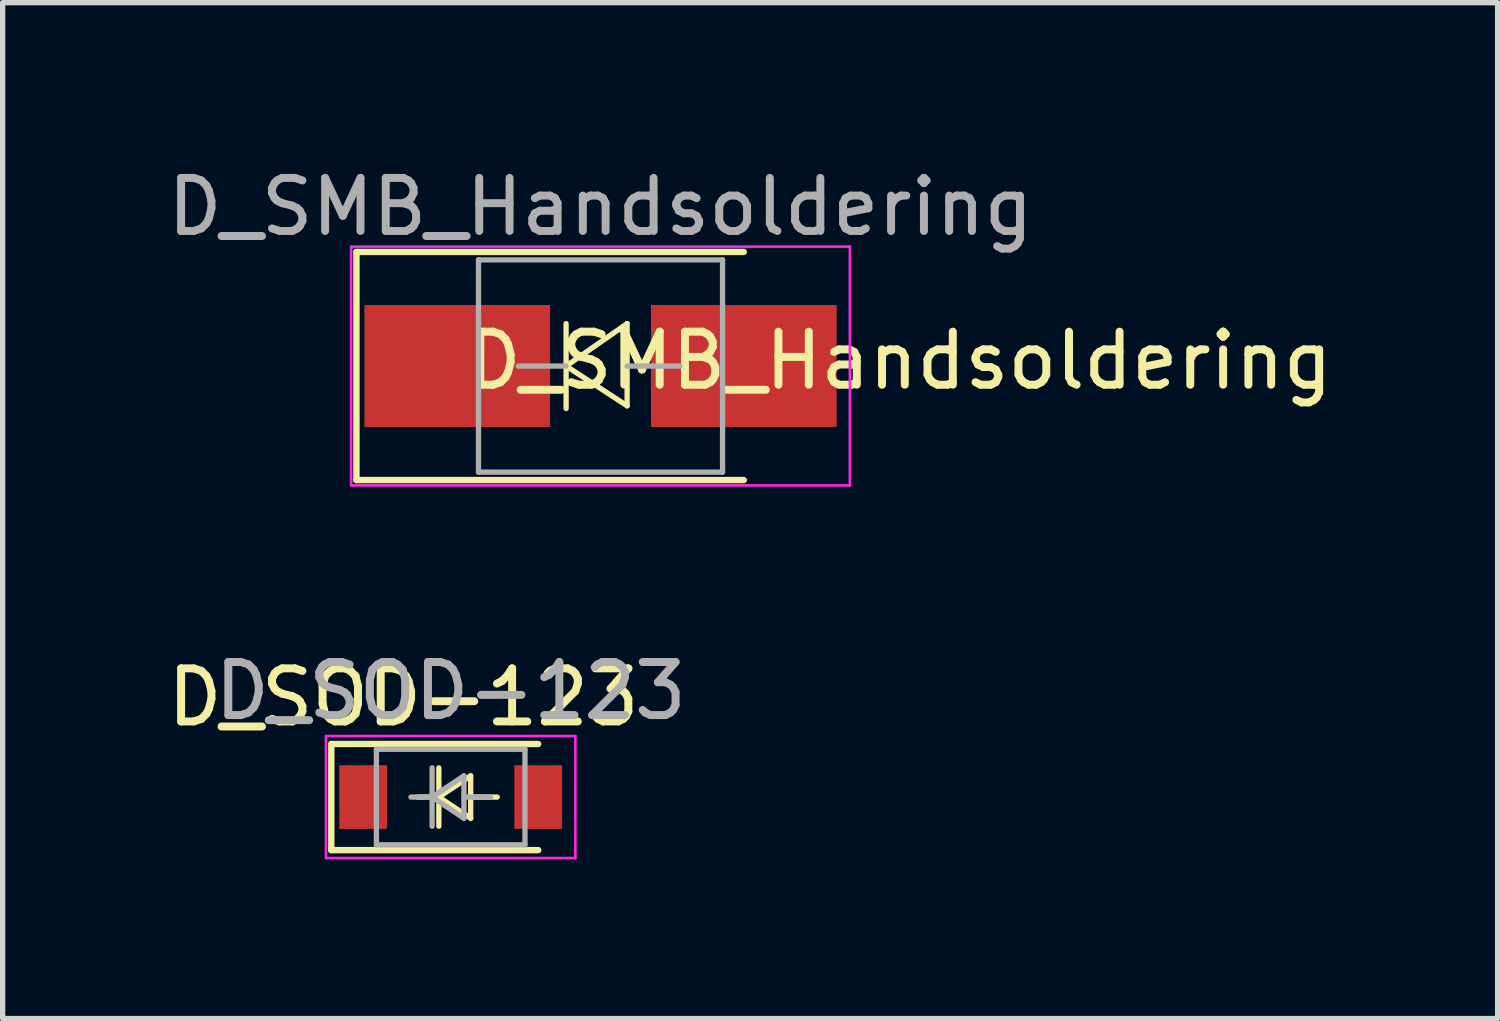
<source format=kicad_pcb>
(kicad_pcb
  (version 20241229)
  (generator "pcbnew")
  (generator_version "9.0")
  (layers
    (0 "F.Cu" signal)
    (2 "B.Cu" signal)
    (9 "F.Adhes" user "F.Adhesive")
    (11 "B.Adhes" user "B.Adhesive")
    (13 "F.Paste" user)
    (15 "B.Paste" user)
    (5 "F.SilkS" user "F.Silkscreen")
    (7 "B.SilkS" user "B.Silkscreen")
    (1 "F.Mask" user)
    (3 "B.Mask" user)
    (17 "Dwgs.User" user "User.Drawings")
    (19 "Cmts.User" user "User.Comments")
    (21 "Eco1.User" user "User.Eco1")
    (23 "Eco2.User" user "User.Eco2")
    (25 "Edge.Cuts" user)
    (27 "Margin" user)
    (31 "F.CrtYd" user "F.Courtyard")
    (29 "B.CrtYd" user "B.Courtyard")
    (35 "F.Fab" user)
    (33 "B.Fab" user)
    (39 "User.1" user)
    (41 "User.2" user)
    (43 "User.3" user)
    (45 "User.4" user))
  (footprint "D_SMB_Handsoldering"
    (layer "F.Cu")
    (at 8.268 3.848)
    (property "Reference" "D_SMB_Handsoldering" (at 5.639 -0.102 0) (layer "F.SilkS") (effects (font (size 1 1) (thickness 0.15))))
    (attr smd)
    (fp_line (start -4.6 -2.15) (end -4.6 2.15) (stroke (width 0.12) (type solid)) (layer "F.SilkS"))
    (fp_line (start -4.6 -2.15) (end 2.7 -2.15) (stroke (width 0.12) (type solid)) (layer "F.SilkS"))
    (fp_line (start -4.6 2.15) (end 2.7 2.15) (stroke (width 0.12) (type solid)) (layer "F.SilkS"))
    (fp_line (start -0.649 -0.799) (end -0.649 0.801) (stroke (width 0.1) (type solid)) (layer "F.SilkS"))
    (fp_line (start -0.649 0.001) (end 0.501 -0.799) (stroke (width 0.1) (type solid)) (layer "F.SilkS"))
    (fp_line (start -0.649 0.001) (end 0.501 0.75) (stroke (width 0.1) (type solid)) (layer "F.SilkS"))
    (fp_line (start 0.501 0.75) (end 0.501 -0.799) (stroke (width 0.1) (type solid)) (layer "F.SilkS"))
    (fp_line (start -4.7 -2.25) (end 4.7 -2.25) (stroke (width 0.05) (type solid)) (layer "F.CrtYd"))
    (fp_line (start -4.7 2.25) (end -4.7 -2.25) (stroke (width 0.05) (type solid)) (layer "F.CrtYd"))
    (fp_line (start 4.7 -2.25) (end 4.7 2.25) (stroke (width 0.05) (type solid)) (layer "F.CrtYd"))
    (fp_line (start 4.7 2.25) (end -4.7 2.25) (stroke (width 0.05) (type solid)) (layer "F.CrtYd"))
    (fp_line (start -2.3 2) (end -2.3 -2) (stroke (width 0.1) (type solid)) (layer "F.Fab"))
    (fp_line (start -0.649 0.001) (end -1.551 0.001) (stroke (width 0.1) (type solid)) (layer "F.Fab"))
    (fp_line (start 0.501 0.001) (end 1.499 0.001) (stroke (width 0.1) (type solid)) (layer "F.Fab"))
    (fp_line (start 2.3 -2) (end -2.3 -2) (stroke (width 0.1) (type solid)) (layer "F.Fab"))
    (fp_line (start 2.3 -2) (end 2.3 2) (stroke (width 0.1) (type solid)) (layer "F.Fab"))
    (fp_line (start 2.3 2) (end -2.3 2) (stroke (width 0.1) (type solid)) (layer "F.Fab"))
    (fp_text user "${REFERENCE}" (at 0 -3 0) (layer "F.Fab") (effects (font (size 1 1) (thickness 0.15))))
    (pad "1" smd rect (at -2.7 0) (size 3.5 2.3) (layers "F.Cu" "F.Mask" "F.Paste"))
    (pad "2" smd rect (at 2.7 0) (size 3.5 2.3) (layers "F.Cu" "F.Mask" "F.Paste")))
  (footprint "D_SOD-123"
    (layer "F.Cu")
    (at 5.444 11.972)
    (property "Reference" "D_SOD-123" (at -0.89 -1.88 0) (layer "F.SilkS") (effects (font (size 1 1) (thickness 0.15))))
    (attr smd)
    (fp_line (start -2.25 -1) (end -2.25 1) (stroke (width 0.12) (type solid)) (layer "F.SilkS"))
    (fp_line (start -2.25 -1) (end 1.65 -1) (stroke (width 0.12) (type solid)) (layer "F.SilkS"))
    (fp_line (start -2.25 1) (end 1.65 1) (stroke (width 0.12) (type solid)) (layer "F.SilkS"))
    (fp_line (start -0.623 0) (end -0.223 0) (stroke (width 0.1) (type solid)) (layer "F.SilkS"))
    (fp_line (start -0.223 0) (end -0.223 -0.55) (stroke (width 0.1) (type solid)) (layer "F.SilkS"))
    (fp_line (start -0.223 0) (end -0.223 0.55) (stroke (width 0.1) (type solid)) (layer "F.SilkS"))
    (fp_line (start -0.223 0) (end 0.377 -0.4) (stroke (width 0.1) (type solid)) (layer "F.SilkS"))
    (fp_line (start 0.377 -0.4) (end 0.377 0.4) (stroke (width 0.1) (type solid)) (layer "F.SilkS"))
    (fp_line (start 0.377 0) (end 0.877 0) (stroke (width 0.1) (type solid)) (layer "F.SilkS"))
    (fp_line (start 0.377 0.4) (end -0.223 0) (stroke (width 0.1) (type solid)) (layer "F.SilkS"))
    (fp_line (start -2.35 -1.15) (end -2.35 1.15) (stroke (width 0.05) (type solid)) (layer "F.CrtYd"))
    (fp_line (start -2.35 -1.15) (end 2.35 -1.15) (stroke (width 0.05) (type solid)) (layer "F.CrtYd"))
    (fp_line (start 2.35 -1.15) (end 2.35 1.15) (stroke (width 0.05) (type solid)) (layer "F.CrtYd"))
    (fp_line (start 2.35 1.15) (end -2.35 1.15) (stroke (width 0.05) (type solid)) (layer "F.CrtYd"))
    (fp_line (start -1.4 -0.9) (end 1.4 -0.9) (stroke (width 0.1) (type solid)) (layer "F.Fab"))
    (fp_line (start -1.4 0.9) (end -1.4 -0.9) (stroke (width 0.1) (type solid)) (layer "F.Fab"))
    (fp_line (start -0.75 0) (end -0.35 0) (stroke (width 0.1) (type solid)) (layer "F.Fab"))
    (fp_line (start -0.35 0) (end -0.35 -0.55) (stroke (width 0.1) (type solid)) (layer "F.Fab"))
    (fp_line (start -0.35 0) (end -0.35 0.55) (stroke (width 0.1) (type solid)) (layer "F.Fab"))
    (fp_line (start -0.35 0) (end 0.25 -0.4) (stroke (width 0.1) (type solid)) (layer "F.Fab"))
    (fp_line (start 0.25 -0.4) (end 0.25 0.4) (stroke (width 0.1) (type solid)) (layer "F.Fab"))
    (fp_line (start 0.25 0) (end 0.75 0) (stroke (width 0.1) (type solid)) (layer "F.Fab"))
    (fp_line (start 0.25 0.4) (end -0.35 0) (stroke (width 0.1) (type solid)) (layer "F.Fab"))
    (fp_line (start 1.4 -0.9) (end 1.4 0.9) (stroke (width 0.1) (type solid)) (layer "F.Fab"))
    (fp_line (start 1.4 0.9) (end -1.4 0.9) (stroke (width 0.1) (type solid)) (layer "F.Fab"))
    (fp_text user "${REFERENCE}" (at 0 -2 0) (layer "F.Fab") (effects (font (size 1 1) (thickness 0.15))))
    (pad "1" smd rect (at -1.65 0) (size 0.9 1.2) (layers "F.Cu" "F.Mask" "F.Paste"))
    (pad "2" smd rect (at 1.65 0) (size 0.9 1.2) (layers "F.Cu" "F.Mask" "F.Paste")))
  (gr_rect
    (start -3 -3)
    (end 25.175 16.146)
    (stroke (width 0.1) (type default))
    (fill no)
    (layer "Edge.Cuts")))
</source>
